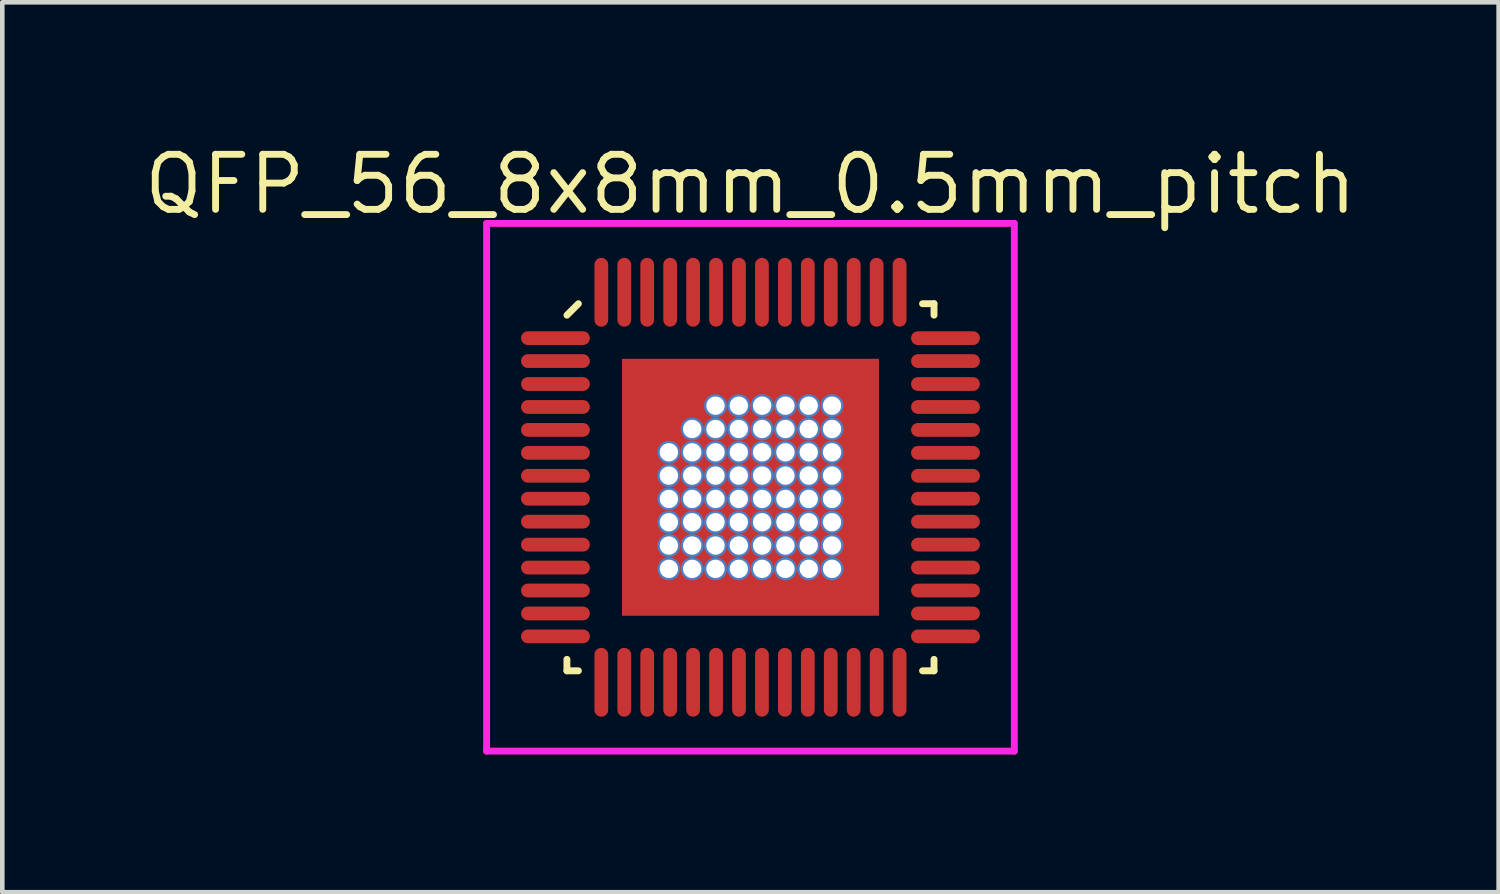
<source format=kicad_pcb>
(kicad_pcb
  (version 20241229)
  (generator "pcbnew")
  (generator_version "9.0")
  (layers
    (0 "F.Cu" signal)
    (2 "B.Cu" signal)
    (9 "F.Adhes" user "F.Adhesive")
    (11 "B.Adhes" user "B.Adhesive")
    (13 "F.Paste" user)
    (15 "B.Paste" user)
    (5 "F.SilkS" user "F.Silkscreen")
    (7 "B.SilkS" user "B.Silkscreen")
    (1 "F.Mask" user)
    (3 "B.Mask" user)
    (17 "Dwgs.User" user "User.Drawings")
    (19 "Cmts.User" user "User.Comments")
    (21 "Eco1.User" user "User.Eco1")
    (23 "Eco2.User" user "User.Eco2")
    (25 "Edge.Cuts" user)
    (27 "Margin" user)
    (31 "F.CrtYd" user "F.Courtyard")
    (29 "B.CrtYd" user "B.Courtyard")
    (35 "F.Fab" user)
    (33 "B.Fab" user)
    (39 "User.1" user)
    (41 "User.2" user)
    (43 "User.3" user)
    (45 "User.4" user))
  (footprint "QFP_56_8x8mm_0.5mm_pitch"
    (layer "F.Cu")
    (at 13.305 7.569)
    (property "Reference" "QFP_56_8x8mm_0.5mm_pitch" (at 0 -6.604 0) (layer "F.SilkS") (effects (font (size 1.2 1.2) (thickness 0.15))))
    (attr through_hole)
    (fp_line (start -4 -3.75) (end -3.75 -4) (stroke (width 0.15) (type solid)) (layer "F.SilkS"))
    (fp_line (start -4 4) (end -4 3.75) (stroke (width 0.15) (type solid)) (layer "F.SilkS"))
    (fp_line (start -3.75 4) (end -4 4) (stroke (width 0.15) (type solid)) (layer "F.SilkS"))
    (fp_line (start 3.75 -4) (end 4 -4) (stroke (width 0.15) (type solid)) (layer "F.SilkS"))
    (fp_line (start 3.75 4) (end 4 4) (stroke (width 0.15) (type solid)) (layer "F.SilkS"))
    (fp_line (start 4 -4) (end 4 -3.75) (stroke (width 0.15) (type solid)) (layer "F.SilkS"))
    (fp_line (start 4 4) (end 4 3.75) (stroke (width 0.15) (type solid)) (layer "F.SilkS"))
    (fp_line (start -5.75 -5.75) (end 5.75 -5.75) (stroke (width 0.15) (type solid)) (layer "F.CrtYd"))
    (fp_line (start -5.75 5.75) (end -5.75 -5.75) (stroke (width 0.15) (type solid)) (layer "F.CrtYd"))
    (fp_line (start 5.75 -5.75) (end 5.75 5.75) (stroke (width 0.15) (type solid)) (layer "F.CrtYd"))
    (fp_line (start 5.75 5.75) (end -5.75 5.75) (stroke (width 0.15) (type solid)) (layer "F.CrtYd"))
    (pad "" np_thru_hole circle (at -1.778 -0.762) (size 0.5 0.5) (drill 0.4) (layers "*.Cu" "*.Mask"))
    (pad "" np_thru_hole circle (at -1.778 -0.254) (size 0.5 0.5) (drill 0.4) (layers "*.Cu" "*.Mask"))
    (pad "" np_thru_hole circle (at -1.778 0.254) (size 0.5 0.5) (drill 0.4) (layers "*.Cu" "*.Mask"))
    (pad "" np_thru_hole circle (at -1.778 0.762) (size 0.5 0.5) (drill 0.4) (layers "*.Cu" "*.Mask"))
    (pad "" np_thru_hole circle (at -1.778 1.27) (size 0.5 0.5) (drill 0.4) (layers "*.Cu" "*.Mask"))
    (pad "" np_thru_hole circle (at -1.778 1.778) (size 0.5 0.5) (drill 0.4) (layers "*.Cu" "*.Mask"))
    (pad "" np_thru_hole circle (at -1.27 -1.27) (size 0.5 0.5) (drill 0.4) (layers "*.Cu" "*.Mask"))
    (pad "" np_thru_hole circle (at -1.27 -0.762) (size 0.5 0.5) (drill 0.4) (layers "*.Cu" "*.Mask"))
    (pad "" np_thru_hole circle (at -1.27 -0.254) (size 0.5 0.5) (drill 0.4) (layers "*.Cu" "*.Mask"))
    (pad "" np_thru_hole circle (at -1.27 0.254) (size 0.5 0.5) (drill 0.4) (layers "*.Cu" "*.Mask"))
    (pad "" np_thru_hole circle (at -1.27 0.762) (size 0.5 0.5) (drill 0.4) (layers "*.Cu" "*.Mask"))
    (pad "" np_thru_hole circle (at -1.27 1.27) (size 0.5 0.5) (drill 0.4) (layers "*.Cu" "*.Mask"))
    (pad "" np_thru_hole circle (at -1.27 1.778) (size 0.5 0.5) (drill 0.4) (layers "*.Cu" "*.Mask"))
    (pad "" np_thru_hole circle (at -0.762 -1.778) (size 0.5 0.5) (drill 0.4) (layers "*.Cu" "*.Mask"))
    (pad "" np_thru_hole circle (at -0.762 -1.27) (size 0.5 0.5) (drill 0.4) (layers "*.Cu" "*.Mask"))
    (pad "" np_thru_hole circle (at -0.762 -0.762) (size 0.5 0.5) (drill 0.4) (layers "*.Cu" "*.Mask"))
    (pad "" np_thru_hole circle (at -0.762 -0.254) (size 0.5 0.5) (drill 0.4) (layers "*.Cu" "*.Mask"))
    (pad "" np_thru_hole circle (at -0.762 0.254) (size 0.5 0.5) (drill 0.4) (layers "*.Cu" "*.Mask"))
    (pad "" np_thru_hole circle (at -0.762 0.762) (size 0.5 0.5) (drill 0.4) (layers "*.Cu" "*.Mask"))
    (pad "" np_thru_hole circle (at -0.762 1.27) (size 0.5 0.5) (drill 0.4) (layers "*.Cu" "*.Mask"))
    (pad "" np_thru_hole circle (at -0.762 1.778) (size 0.5 0.5) (drill 0.4) (layers "*.Cu" "*.Mask"))
    (pad "" np_thru_hole circle (at -0.254 -1.778) (size 0.5 0.5) (drill 0.4) (layers "*.Cu" "*.Mask"))
    (pad "" np_thru_hole circle (at -0.254 -1.27) (size 0.5 0.5) (drill 0.4) (layers "*.Cu" "*.Mask"))
    (pad "" np_thru_hole circle (at -0.254 -0.762) (size 0.5 0.5) (drill 0.4) (layers "*.Cu" "*.Mask"))
    (pad "" np_thru_hole circle (at -0.254 -0.254) (size 0.5 0.5) (drill 0.4) (layers "*.Cu" "*.Mask"))
    (pad "" np_thru_hole circle (at -0.254 0.254) (size 0.5 0.5) (drill 0.4) (layers "*.Cu" "*.Mask"))
    (pad "" np_thru_hole circle (at -0.254 0.762) (size 0.5 0.5) (drill 0.4) (layers "*.Cu" "*.Mask"))
    (pad "" np_thru_hole circle (at -0.254 1.27) (size 0.5 0.5) (drill 0.4) (layers "*.Cu" "*.Mask"))
    (pad "" np_thru_hole circle (at -0.254 1.778) (size 0.5 0.5) (drill 0.4) (layers "*.Cu" "*.Mask"))
    (pad "" np_thru_hole circle (at 0.254 -1.778) (size 0.5 0.5) (drill 0.4) (layers "*.Cu" "*.Mask"))
    (pad "" np_thru_hole circle (at 0.254 -1.27) (size 0.5 0.5) (drill 0.4) (layers "*.Cu" "*.Mask"))
    (pad "" np_thru_hole circle (at 0.254 -0.762) (size 0.5 0.5) (drill 0.4) (layers "*.Cu" "*.Mask"))
    (pad "" np_thru_hole circle (at 0.254 -0.254) (size 0.5 0.5) (drill 0.4) (layers "*.Cu" "*.Mask"))
    (pad "" np_thru_hole circle (at 0.254 0.254) (size 0.5 0.5) (drill 0.4) (layers "*.Cu" "*.Mask"))
    (pad "" np_thru_hole circle (at 0.254 0.762) (size 0.5 0.5) (drill 0.4) (layers "*.Cu" "*.Mask"))
    (pad "" np_thru_hole circle (at 0.254 1.27) (size 0.5 0.5) (drill 0.4) (layers "*.Cu" "*.Mask"))
    (pad "" np_thru_hole circle (at 0.254 1.778) (size 0.5 0.5) (drill 0.4) (layers "*.Cu" "*.Mask"))
    (pad "" np_thru_hole circle (at 0.762 -1.778) (size 0.5 0.5) (drill 0.4) (layers "*.Cu" "*.Mask"))
    (pad "" np_thru_hole circle (at 0.762 -1.27) (size 0.5 0.5) (drill 0.4) (layers "*.Cu" "*.Mask"))
    (pad "" np_thru_hole circle (at 0.762 -0.762) (size 0.5 0.5) (drill 0.4) (layers "*.Cu" "*.Mask"))
    (pad "" np_thru_hole circle (at 0.762 -0.254) (size 0.5 0.5) (drill 0.4) (layers "*.Cu" "*.Mask"))
    (pad "" np_thru_hole circle (at 0.762 0.254) (size 0.5 0.5) (drill 0.4) (layers "*.Cu" "*.Mask"))
    (pad "" np_thru_hole circle (at 0.762 0.762) (size 0.5 0.5) (drill 0.4) (layers "*.Cu" "*.Mask"))
    (pad "" np_thru_hole circle (at 0.762 1.27) (size 0.5 0.5) (drill 0.4) (layers "*.Cu" "*.Mask"))
    (pad "" np_thru_hole circle (at 0.762 1.778) (size 0.5 0.5) (drill 0.4) (layers "*.Cu" "*.Mask"))
    (pad "" np_thru_hole circle (at 1.27 -1.778) (size 0.5 0.5) (drill 0.4) (layers "*.Cu" "*.Mask"))
    (pad "" np_thru_hole circle (at 1.27 -1.27) (size 0.5 0.5) (drill 0.4) (layers "*.Cu" "*.Mask"))
    (pad "" np_thru_hole circle (at 1.27 -0.762) (size 0.5 0.5) (drill 0.4) (layers "*.Cu" "*.Mask"))
    (pad "" np_thru_hole circle (at 1.27 -0.254) (size 0.5 0.5) (drill 0.4) (layers "*.Cu" "*.Mask"))
    (pad "" np_thru_hole circle (at 1.27 0.254) (size 0.5 0.5) (drill 0.4) (layers "*.Cu" "*.Mask"))
    (pad "" np_thru_hole circle (at 1.27 0.762) (size 0.5 0.5) (drill 0.4) (layers "*.Cu" "*.Mask"))
    (pad "" np_thru_hole circle (at 1.27 1.27) (size 0.5 0.5) (drill 0.4) (layers "*.Cu" "*.Mask"))
    (pad "" np_thru_hole circle (at 1.27 1.778) (size 0.5 0.5) (drill 0.4) (layers "*.Cu" "*.Mask"))
    (pad "" np_thru_hole circle (at 1.778 -1.778) (size 0.5 0.5) (drill 0.4) (layers "*.Cu" "*.Mask"))
    (pad "" np_thru_hole circle (at 1.778 -1.27) (size 0.5 0.5) (drill 0.4) (layers "*.Cu" "*.Mask"))
    (pad "" np_thru_hole circle (at 1.778 -0.762) (size 0.5 0.5) (drill 0.4) (layers "*.Cu" "*.Mask"))
    (pad "" np_thru_hole circle (at 1.778 -0.254) (size 0.5 0.5) (drill 0.4) (layers "*.Cu" "*.Mask"))
    (pad "" np_thru_hole circle (at 1.778 0.254) (size 0.5 0.5) (drill 0.4) (layers "*.Cu" "*.Mask"))
    (pad "" np_thru_hole circle (at 1.778 0.762) (size 0.5 0.5) (drill 0.4) (layers "*.Cu" "*.Mask"))
    (pad "" np_thru_hole circle (at 1.778 1.27) (size 0.5 0.5) (drill 0.4) (layers "*.Cu" "*.Mask"))
    (pad "" np_thru_hole circle (at 1.778 1.778) (size 0.5 0.5) (drill 0.4) (layers "*.Cu" "*.Mask"))
    (pad "0" smd rect (at 0 0) (size 5.6 5.6) (layers "F.Cu" "F.Mask" "F.Paste"))
    (pad "1" smd oval (at -4.25 -3.25 90) (size 0.3 1.5) (layers "F.Cu" "F.Mask" "F.Paste"))
    (pad "2" smd oval (at -4.25 -2.75 90) (size 0.3 1.5) (layers "F.Cu" "F.Mask" "F.Paste"))
    (pad "3" smd oval (at -4.25 -2.25 90) (size 0.3 1.5) (layers "F.Cu" "F.Mask" "F.Paste"))
    (pad "4" smd oval (at -4.25 -1.75 90) (size 0.3 1.5) (layers "F.Cu" "F.Mask" "F.Paste"))
    (pad "5" smd oval (at -4.25 -1.25 90) (size 0.3 1.5) (layers "F.Cu" "F.Mask" "F.Paste"))
    (pad "6" smd oval (at -4.25 -0.75 90) (size 0.3 1.5) (layers "F.Cu" "F.Mask" "F.Paste"))
    (pad "7" smd oval (at -4.25 -0.25 90) (size 0.3 1.5) (layers "F.Cu" "F.Mask" "F.Paste"))
    (pad "8" smd oval (at -4.25 0.25 90) (size 0.3 1.5) (layers "F.Cu" "F.Mask" "F.Paste"))
    (pad "9" smd oval (at -4.25 0.75 90) (size 0.3 1.5) (layers "F.Cu" "F.Mask" "F.Paste"))
    (pad "10" smd oval (at -4.25 1.25 90) (size 0.3 1.5) (layers "F.Cu" "F.Mask" "F.Paste"))
    (pad "11" smd oval (at -4.25 1.75 90) (size 0.3 1.5) (layers "F.Cu" "F.Mask" "F.Paste"))
    (pad "12" smd oval (at -4.25 2.25 90) (size 0.3 1.5) (layers "F.Cu" "F.Mask" "F.Paste"))
    (pad "13" smd oval (at -4.25 2.75 90) (size 0.3 1.5) (layers "F.Cu" "F.Mask" "F.Paste"))
    (pad "14" smd oval (at -4.25 3.25 90) (size 0.3 1.5) (layers "F.Cu" "F.Mask" "F.Paste"))
    (pad "15" smd oval (at -3.25 4.25) (size 0.3 1.5) (layers "F.Cu" "F.Mask" "F.Paste"))
    (pad "16" smd oval (at -2.75 4.25) (size 0.3 1.5) (layers "F.Cu" "F.Mask" "F.Paste"))
    (pad "17" smd oval (at -2.25 4.25) (size 0.3 1.5) (layers "F.Cu" "F.Mask" "F.Paste"))
    (pad "18" smd oval (at -1.75 4.25) (size 0.3 1.5) (layers "F.Cu" "F.Mask" "F.Paste"))
    (pad "19" smd oval (at -1.25 4.25) (size 0.3 1.5) (layers "F.Cu" "F.Mask" "F.Paste"))
    (pad "20" smd oval (at -0.75 4.25) (size 0.3 1.5) (layers "F.Cu" "F.Mask" "F.Paste"))
    (pad "21" smd oval (at -0.25 4.25) (size 0.3 1.5) (layers "F.Cu" "F.Mask" "F.Paste"))
    (pad "22" smd oval (at 0.25 4.25) (size 0.3 1.5) (layers "F.Cu" "F.Mask" "F.Paste"))
    (pad "23" smd oval (at 0.75 4.25) (size 0.3 1.5) (layers "F.Cu" "F.Mask" "F.Paste"))
    (pad "24" smd oval (at 1.25 4.25) (size 0.3 1.5) (layers "F.Cu" "F.Mask" "F.Paste"))
    (pad "25" smd oval (at 1.75 4.25) (size 0.3 1.5) (layers "F.Cu" "F.Mask" "F.Paste"))
    (pad "26" smd oval (at 2.25 4.25) (size 0.3 1.5) (layers "F.Cu" "F.Mask" "F.Paste"))
    (pad "27" smd oval (at 2.75 4.25) (size 0.3 1.5) (layers "F.Cu" "F.Mask" "F.Paste"))
    (pad "28" smd oval (at 3.25 4.25) (size 0.3 1.5) (layers "F.Cu" "F.Mask" "F.Paste"))
    (pad "29" smd oval (at 4.25 3.25 90) (size 0.3 1.5) (layers "F.Cu" "F.Mask" "F.Paste"))
    (pad "30" smd oval (at 4.25 2.75 90) (size 0.3 1.5) (layers "F.Cu" "F.Mask" "F.Paste"))
    (pad "31" smd oval (at 4.25 2.25 90) (size 0.3 1.5) (layers "F.Cu" "F.Mask" "F.Paste"))
    (pad "32" smd oval (at 4.25 1.75 90) (size 0.3 1.5) (layers "F.Cu" "F.Mask" "F.Paste"))
    (pad "33" smd oval (at 4.25 1.25 90) (size 0.3 1.5) (layers "F.Cu" "F.Mask" "F.Paste"))
    (pad "34" smd oval (at 4.25 0.75 90) (size 0.3 1.5) (layers "F.Cu" "F.Mask" "F.Paste"))
    (pad "35" smd oval (at 4.25 0.25 90) (size 0.3 1.5) (layers "F.Cu" "F.Mask" "F.Paste"))
    (pad "36" smd oval (at 4.25 -0.25 90) (size 0.3 1.5) (layers "F.Cu" "F.Mask" "F.Paste"))
    (pad "37" smd oval (at 4.25 -0.75 90) (size 0.3 1.5) (layers "F.Cu" "F.Mask" "F.Paste"))
    (pad "38" smd oval (at 4.25 -1.25 90) (size 0.3 1.5) (layers "F.Cu" "F.Mask" "F.Paste"))
    (pad "39" smd oval (at 4.25 -1.75 90) (size 0.3 1.5) (layers "F.Cu" "F.Mask" "F.Paste"))
    (pad "40" smd oval (at 4.25 -2.25 90) (size 0.3 1.5) (layers "F.Cu" "F.Mask" "F.Paste"))
    (pad "41" smd oval (at 4.25 -2.75 90) (size 0.3 1.5) (layers "F.Cu" "F.Mask" "F.Paste"))
    (pad "42" smd oval (at 4.25 -3.25 90) (size 0.3 1.5) (layers "F.Cu" "F.Mask" "F.Paste"))
    (pad "43" smd oval (at 3.25 -4.25) (size 0.3 1.5) (layers "F.Cu" "F.Mask" "F.Paste"))
    (pad "44" smd oval (at 2.75 -4.25) (size 0.3 1.5) (layers "F.Cu" "F.Mask" "F.Paste"))
    (pad "45" smd oval (at 2.25 -4.25) (size 0.3 1.5) (layers "F.Cu" "F.Mask" "F.Paste"))
    (pad "46" smd oval (at 1.75 -4.25) (size 0.3 1.5) (layers "F.Cu" "F.Mask" "F.Paste"))
    (pad "47" smd oval (at 1.25 -4.25) (size 0.3 1.5) (layers "F.Cu" "F.Mask" "F.Paste"))
    (pad "48" smd oval (at 0.75 -4.25) (size 0.3 1.5) (layers "F.Cu" "F.Mask" "F.Paste"))
    (pad "49" smd oval (at 0.25 -4.25) (size 0.3 1.5) (layers "F.Cu" "F.Mask" "F.Paste"))
    (pad "50" smd oval (at -0.25 -4.25) (size 0.3 1.5) (layers "F.Cu" "F.Mask" "F.Paste"))
    (pad "51" smd oval (at -0.75 -4.25) (size 0.3 1.5) (layers "F.Cu" "F.Mask" "F.Paste"))
    (pad "52" smd oval (at -1.25 -4.25) (size 0.3 1.5) (layers "F.Cu" "F.Mask" "F.Paste"))
    (pad "53" smd oval (at -1.75 -4.25) (size 0.3 1.5) (layers "F.Cu" "F.Mask" "F.Paste"))
    (pad "54" smd oval (at -2.25 -4.25) (size 0.3 1.5) (layers "F.Cu" "F.Mask" "F.Paste"))
    (pad "55" smd oval (at -2.75 -4.25) (size 0.3 1.5) (layers "F.Cu" "F.Mask" "F.Paste"))
    (pad "56" smd oval (at -3.25 -4.25) (size 0.3 1.5) (layers "F.Cu" "F.Mask" "F.Paste")))
  (gr_rect
    (start -3 -3)
    (end 29.61 16.394)
    (stroke (width 0.1) (type default))
    (fill no)
    (layer "Edge.Cuts")))
</source>
